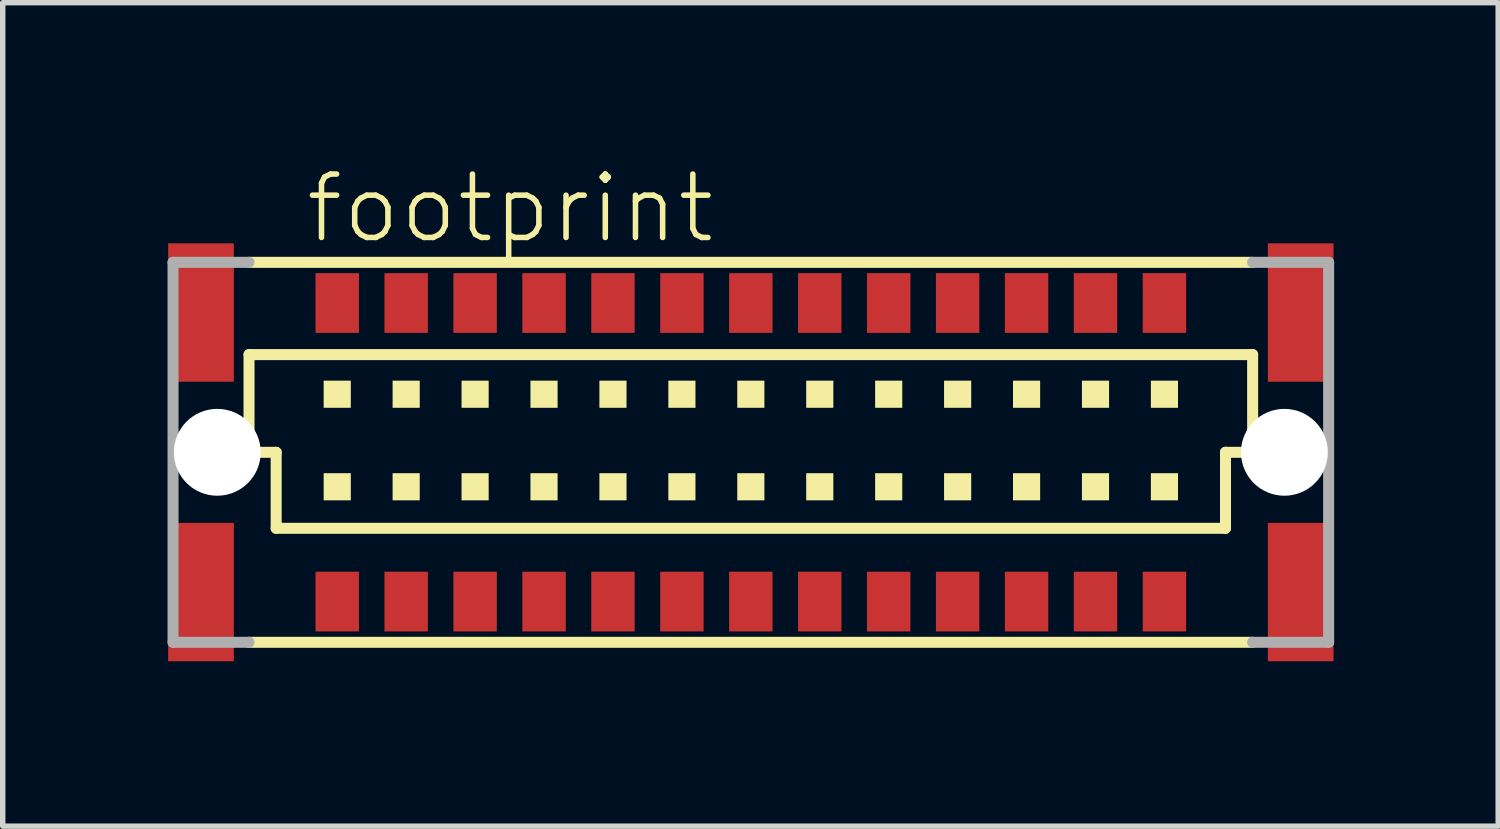
<source format=kicad_pcb>
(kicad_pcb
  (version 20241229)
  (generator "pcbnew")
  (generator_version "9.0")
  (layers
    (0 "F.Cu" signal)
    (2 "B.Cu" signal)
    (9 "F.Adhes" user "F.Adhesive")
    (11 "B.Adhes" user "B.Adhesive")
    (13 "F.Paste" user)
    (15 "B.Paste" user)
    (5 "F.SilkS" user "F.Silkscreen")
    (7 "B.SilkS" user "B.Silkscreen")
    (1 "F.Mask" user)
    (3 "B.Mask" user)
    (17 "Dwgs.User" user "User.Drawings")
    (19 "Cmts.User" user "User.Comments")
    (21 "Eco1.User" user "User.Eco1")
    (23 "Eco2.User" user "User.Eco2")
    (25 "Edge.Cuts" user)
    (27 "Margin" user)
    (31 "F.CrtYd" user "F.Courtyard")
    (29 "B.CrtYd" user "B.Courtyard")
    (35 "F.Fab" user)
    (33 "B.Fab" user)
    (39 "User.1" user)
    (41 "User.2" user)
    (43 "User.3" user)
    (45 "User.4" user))
  (footprint "footprint"
    (layer "F.Cu")
    (at 10.783 5.283)
    (property "Reference" "footprint" (at -8.255 -3.81 0) (layer "F.SilkS") (effects (font (size 1.168 1.168) (thickness 0.102)) (justify left bottom)))
    (fp_poly (pts (xy -10.735 -1.3) (xy -9.525 -1.3) (xy -9.525 -3.85) (xy -10.735 -3.85)) (stroke (width 0) (type solid)) (fill yes) (layer "F.Cu"))
    (fp_poly (pts (xy -10.735 3.85) (xy -9.525 3.85) (xy -9.525 1.3) (xy -10.735 1.3)) (stroke (width 0) (type solid)) (fill yes) (layer "F.Cu"))
    (fp_poly (pts (xy 9.525 -1.3) (xy 10.735 -1.3) (xy 10.735 -3.85) (xy 9.525 -3.85)) (stroke (width 0) (type solid)) (fill yes) (layer "F.Cu"))
    (fp_poly (pts (xy 9.525 3.85) (xy 10.735 3.85) (xy 10.735 1.3) (xy 9.525 1.3)) (stroke (width 0) (type solid)) (fill yes) (layer "F.Cu"))
    (fp_poly (pts (xy -10.783 -1.262) (xy -9.495 -1.262) (xy -9.495 -3.888) (xy -10.783 -3.888)) (stroke (width 0) (type solid)) (fill yes) (layer "F.Mask"))
    (fp_poly (pts (xy -10.77 3.888) (xy -9.482 3.888) (xy -9.482 1.262) (xy -10.77 1.262)) (stroke (width 0) (type solid)) (fill yes) (layer "F.Mask"))
    (fp_poly (pts (xy 9.483 -1.262) (xy 10.77 -1.262) (xy 10.77 -3.888) (xy 9.483 -3.888)) (stroke (width 0) (type solid)) (fill yes) (layer "F.Mask"))
    (fp_poly (pts (xy 9.483 3.888) (xy 10.77 3.888) (xy 10.77 1.262) (xy 9.483 1.262)) (stroke (width 0) (type solid)) (fill yes) (layer "F.Mask"))
    (fp_line (start -9.245 -3.5) (end 9.245 -3.5) (stroke (width 0.203) (type solid)) (layer "F.SilkS"))
    (fp_line (start -9.245 -1.8) (end 9.245 -1.8) (stroke (width 0.203) (type solid)) (layer "F.SilkS"))
    (fp_line (start -9.245 0) (end -9.245 -1.8) (stroke (width 0.203) (type solid)) (layer "F.SilkS"))
    (fp_line (start -8.745 0) (end -9.245 0) (stroke (width 0.203) (type solid)) (layer "F.SilkS"))
    (fp_line (start -8.745 1.4) (end -8.745 0) (stroke (width 0.203) (type solid)) (layer "F.SilkS"))
    (fp_line (start 8.745 0) (end 8.745 1.4) (stroke (width 0.203) (type solid)) (layer "F.SilkS"))
    (fp_line (start 8.745 1.4) (end -8.745 1.4) (stroke (width 0.203) (type solid)) (layer "F.SilkS"))
    (fp_line (start 9.245 -1.8) (end 9.245 0) (stroke (width 0.203) (type solid)) (layer "F.SilkS"))
    (fp_line (start 9.245 0) (end 8.745 0) (stroke (width 0.203) (type solid)) (layer "F.SilkS"))
    (fp_line (start 9.245 3.5) (end -9.245 3.5) (stroke (width 0.203) (type solid)) (layer "F.SilkS"))
    (fp_poly (pts (xy -7.87 -0.82) (xy -7.37 -0.82) (xy -7.37 -1.32) (xy -7.87 -1.32)) (stroke (width 0) (type solid)) (fill yes) (layer "F.SilkS"))
    (fp_poly (pts (xy -7.87 0.885) (xy -7.37 0.885) (xy -7.37 0.385) (xy -7.87 0.385)) (stroke (width 0) (type solid)) (fill yes) (layer "F.SilkS"))
    (fp_poly (pts (xy -6.6 -0.82) (xy -6.1 -0.82) (xy -6.1 -1.32) (xy -6.6 -1.32)) (stroke (width 0) (type solid)) (fill yes) (layer "F.SilkS"))
    (fp_poly (pts (xy -6.6 0.885) (xy -6.1 0.885) (xy -6.1 0.385) (xy -6.6 0.385)) (stroke (width 0) (type solid)) (fill yes) (layer "F.SilkS"))
    (fp_poly (pts (xy -5.33 -0.82) (xy -4.83 -0.82) (xy -4.83 -1.32) (xy -5.33 -1.32)) (stroke (width 0) (type solid)) (fill yes) (layer "F.SilkS"))
    (fp_poly (pts (xy -5.33 0.885) (xy -4.83 0.885) (xy -4.83 0.385) (xy -5.33 0.385)) (stroke (width 0) (type solid)) (fill yes) (layer "F.SilkS"))
    (fp_poly (pts (xy -4.06 -0.82) (xy -3.56 -0.82) (xy -3.56 -1.32) (xy -4.06 -1.32)) (stroke (width 0) (type solid)) (fill yes) (layer "F.SilkS"))
    (fp_poly (pts (xy -4.06 0.885) (xy -3.56 0.885) (xy -3.56 0.385) (xy -4.06 0.385)) (stroke (width 0) (type solid)) (fill yes) (layer "F.SilkS"))
    (fp_poly (pts (xy -2.79 -0.82) (xy -2.29 -0.82) (xy -2.29 -1.32) (xy -2.79 -1.32)) (stroke (width 0) (type solid)) (fill yes) (layer "F.SilkS"))
    (fp_poly (pts (xy -2.79 0.885) (xy -2.29 0.885) (xy -2.29 0.385) (xy -2.79 0.385)) (stroke (width 0) (type solid)) (fill yes) (layer "F.SilkS"))
    (fp_poly (pts (xy -1.52 -0.82) (xy -1.02 -0.82) (xy -1.02 -1.32) (xy -1.52 -1.32)) (stroke (width 0) (type solid)) (fill yes) (layer "F.SilkS"))
    (fp_poly (pts (xy -1.52 0.885) (xy -1.02 0.885) (xy -1.02 0.385) (xy -1.52 0.385)) (stroke (width 0) (type solid)) (fill yes) (layer "F.SilkS"))
    (fp_poly (pts (xy -0.25 -0.82) (xy 0.25 -0.82) (xy 0.25 -1.32) (xy -0.25 -1.32)) (stroke (width 0) (type solid)) (fill yes) (layer "F.SilkS"))
    (fp_poly (pts (xy -0.25 0.885) (xy 0.25 0.885) (xy 0.25 0.385) (xy -0.25 0.385)) (stroke (width 0) (type solid)) (fill yes) (layer "F.SilkS"))
    (fp_poly (pts (xy 1.02 -0.82) (xy 1.52 -0.82) (xy 1.52 -1.32) (xy 1.02 -1.32)) (stroke (width 0) (type solid)) (fill yes) (layer "F.SilkS"))
    (fp_poly (pts (xy 1.02 0.885) (xy 1.52 0.885) (xy 1.52 0.385) (xy 1.02 0.385)) (stroke (width 0) (type solid)) (fill yes) (layer "F.SilkS"))
    (fp_poly (pts (xy 2.29 -0.82) (xy 2.79 -0.82) (xy 2.79 -1.32) (xy 2.29 -1.32)) (stroke (width 0) (type solid)) (fill yes) (layer "F.SilkS"))
    (fp_poly (pts (xy 2.29 0.885) (xy 2.79 0.885) (xy 2.79 0.385) (xy 2.29 0.385)) (stroke (width 0) (type solid)) (fill yes) (layer "F.SilkS"))
    (fp_poly (pts (xy 3.56 -0.82) (xy 4.06 -0.82) (xy 4.06 -1.32) (xy 3.56 -1.32)) (stroke (width 0) (type solid)) (fill yes) (layer "F.SilkS"))
    (fp_poly (pts (xy 3.56 0.885) (xy 4.06 0.885) (xy 4.06 0.385) (xy 3.56 0.385)) (stroke (width 0) (type solid)) (fill yes) (layer "F.SilkS"))
    (fp_poly (pts (xy 4.83 -0.82) (xy 5.33 -0.82) (xy 5.33 -1.32) (xy 4.83 -1.32)) (stroke (width 0) (type solid)) (fill yes) (layer "F.SilkS"))
    (fp_poly (pts (xy 4.83 0.885) (xy 5.33 0.885) (xy 5.33 0.385) (xy 4.83 0.385)) (stroke (width 0) (type solid)) (fill yes) (layer "F.SilkS"))
    (fp_poly (pts (xy 6.1 -0.82) (xy 6.6 -0.82) (xy 6.6 -1.32) (xy 6.1 -1.32)) (stroke (width 0) (type solid)) (fill yes) (layer "F.SilkS"))
    (fp_poly (pts (xy 6.1 0.885) (xy 6.6 0.885) (xy 6.6 0.385) (xy 6.1 0.385)) (stroke (width 0) (type solid)) (fill yes) (layer "F.SilkS"))
    (fp_poly (pts (xy 7.37 -0.82) (xy 7.87 -0.82) (xy 7.87 -1.32) (xy 7.37 -1.32)) (stroke (width 0) (type solid)) (fill yes) (layer "F.SilkS"))
    (fp_poly (pts (xy 7.37 0.885) (xy 7.87 0.885) (xy 7.87 0.385) (xy 7.37 0.385)) (stroke (width 0) (type solid)) (fill yes) (layer "F.SilkS"))
    (fp_poly (pts (xy -10.695 -1.337) (xy -9.557 -1.337) (xy -9.557 -3.812) (xy -10.695 -3.812)) (stroke (width 0) (type solid)) (fill yes) (layer "F.Paste"))
    (fp_poly (pts (xy -10.695 3.812) (xy -9.557 3.812) (xy -9.557 1.337) (xy -10.695 1.337)) (stroke (width 0) (type solid)) (fill yes) (layer "F.Paste"))
    (fp_poly (pts (xy 9.558 -1.337) (xy 10.695 -1.337) (xy 10.695 -3.812) (xy 9.558 -3.812)) (stroke (width 0) (type solid)) (fill yes) (layer "F.Paste"))
    (fp_poly (pts (xy 9.558 3.825) (xy 10.695 3.825) (xy 10.695 1.35) (xy 9.558 1.35)) (stroke (width 0) (type solid)) (fill yes) (layer "F.Paste"))
    (fp_line (start -10.645 -3.5) (end -9.245 -3.5) (stroke (width 0.203) (type solid)) (layer "F.Fab"))
    (fp_line (start -10.645 3.5) (end -10.645 -3.5) (stroke (width 0.203) (type solid)) (layer "F.Fab"))
    (fp_line (start -9.245 3.5) (end -10.645 3.5) (stroke (width 0.203) (type solid)) (layer "F.Fab"))
    (fp_line (start 9.245 -3.5) (end 10.645 -3.5) (stroke (width 0.203) (type solid)) (layer "F.Fab"))
    (fp_line (start 10.645 -3.5) (end 10.645 3.5) (stroke (width 0.203) (type solid)) (layer "F.Fab"))
    (fp_line (start 10.645 3.5) (end 9.245 3.5) (stroke (width 0.203) (type solid)) (layer "F.Fab"))
    (pad "" np_thru_hole circle (at -9.83 0) (size 1.6 1.6) (drill 1.6) (layers "*.Cu" "*.Mask"))
    (pad "" np_thru_hole circle (at 9.83 0) (size 1.6 1.6) (drill 1.6) (layers "*.Cu" "*.Mask"))
    (pad "A1" smd rect (at 7.62 2.75) (size 0.8 1.1) (layers "F.Cu" "F.Mask" "F.Paste"))
    (pad "A2" smd rect (at 6.35 2.75) (size 0.8 1.1) (layers "F.Cu" "F.Mask" "F.Paste"))
    (pad "A3" smd rect (at 5.08 2.75) (size 0.8 1.1) (layers "F.Cu" "F.Mask" "F.Paste"))
    (pad "A4" smd rect (at 3.81 2.75) (size 0.8 1.1) (layers "F.Cu" "F.Mask" "F.Paste"))
    (pad "A5" smd rect (at 2.54 2.75) (size 0.8 1.1) (layers "F.Cu" "F.Mask" "F.Paste"))
    (pad "A6" smd rect (at 1.27 2.75) (size 0.8 1.1) (layers "F.Cu" "F.Mask" "F.Paste"))
    (pad "A7" smd rect (at 0 2.75) (size 0.8 1.1) (layers "F.Cu" "F.Mask" "F.Paste"))
    (pad "A8" smd rect (at -1.27 2.75) (size 0.8 1.1) (layers "F.Cu" "F.Mask" "F.Paste"))
    (pad "A9" smd rect (at -2.54 2.75) (size 0.8 1.1) (layers "F.Cu" "F.Mask" "F.Paste"))
    (pad "A10" smd rect (at -3.81 2.75) (size 0.8 1.1) (layers "F.Cu" "F.Mask" "F.Paste"))
    (pad "A11" smd rect (at -5.08 2.75) (size 0.8 1.1) (layers "F.Cu" "F.Mask" "F.Paste"))
    (pad "A12" smd rect (at -6.35 2.75) (size 0.8 1.1) (layers "F.Cu" "F.Mask" "F.Paste"))
    (pad "A13" smd rect (at -7.62 2.75) (size 0.8 1.1) (layers "F.Cu" "F.Mask" "F.Paste"))
    (pad "B1" smd rect (at 7.62 -2.75) (size 0.8 1.1) (layers "F.Cu" "F.Mask" "F.Paste"))
    (pad "B2" smd rect (at 6.35 -2.75) (size 0.8 1.1) (layers "F.Cu" "F.Mask" "F.Paste"))
    (pad "B3" smd rect (at 5.08 -2.75) (size 0.8 1.1) (layers "F.Cu" "F.Mask" "F.Paste"))
    (pad "B4" smd rect (at 3.81 -2.75) (size 0.8 1.1) (layers "F.Cu" "F.Mask" "F.Paste"))
    (pad "B5" smd rect (at 2.54 -2.75) (size 0.8 1.1) (layers "F.Cu" "F.Mask" "F.Paste"))
    (pad "B6" smd rect (at 1.27 -2.75) (size 0.8 1.1) (layers "F.Cu" "F.Mask" "F.Paste"))
    (pad "B7" smd rect (at 0 -2.75) (size 0.8 1.1) (layers "F.Cu" "F.Mask" "F.Paste"))
    (pad "B8" smd rect (at -1.27 -2.75) (size 0.8 1.1) (layers "F.Cu" "F.Mask" "F.Paste"))
    (pad "B9" smd rect (at -2.54 -2.75) (size 0.8 1.1) (layers "F.Cu" "F.Mask" "F.Paste"))
    (pad "B10" smd rect (at -3.81 -2.75) (size 0.8 1.1) (layers "F.Cu" "F.Mask" "F.Paste"))
    (pad "B11" smd rect (at -5.08 -2.75) (size 0.8 1.1) (layers "F.Cu" "F.Mask" "F.Paste"))
    (pad "B12" smd rect (at -6.35 -2.75) (size 0.8 1.1) (layers "F.Cu" "F.Mask" "F.Paste"))
    (pad "B13" smd rect (at -7.62 -2.75) (size 0.8 1.1) (layers "F.Cu" "F.Mask" "F.Paste")))
  (gr_rect
    (start -3 -3)
    (end 24.552 12.171)
    (stroke (width 0.1) (type default))
    (fill no)
    (layer "Edge.Cuts")))
</source>
